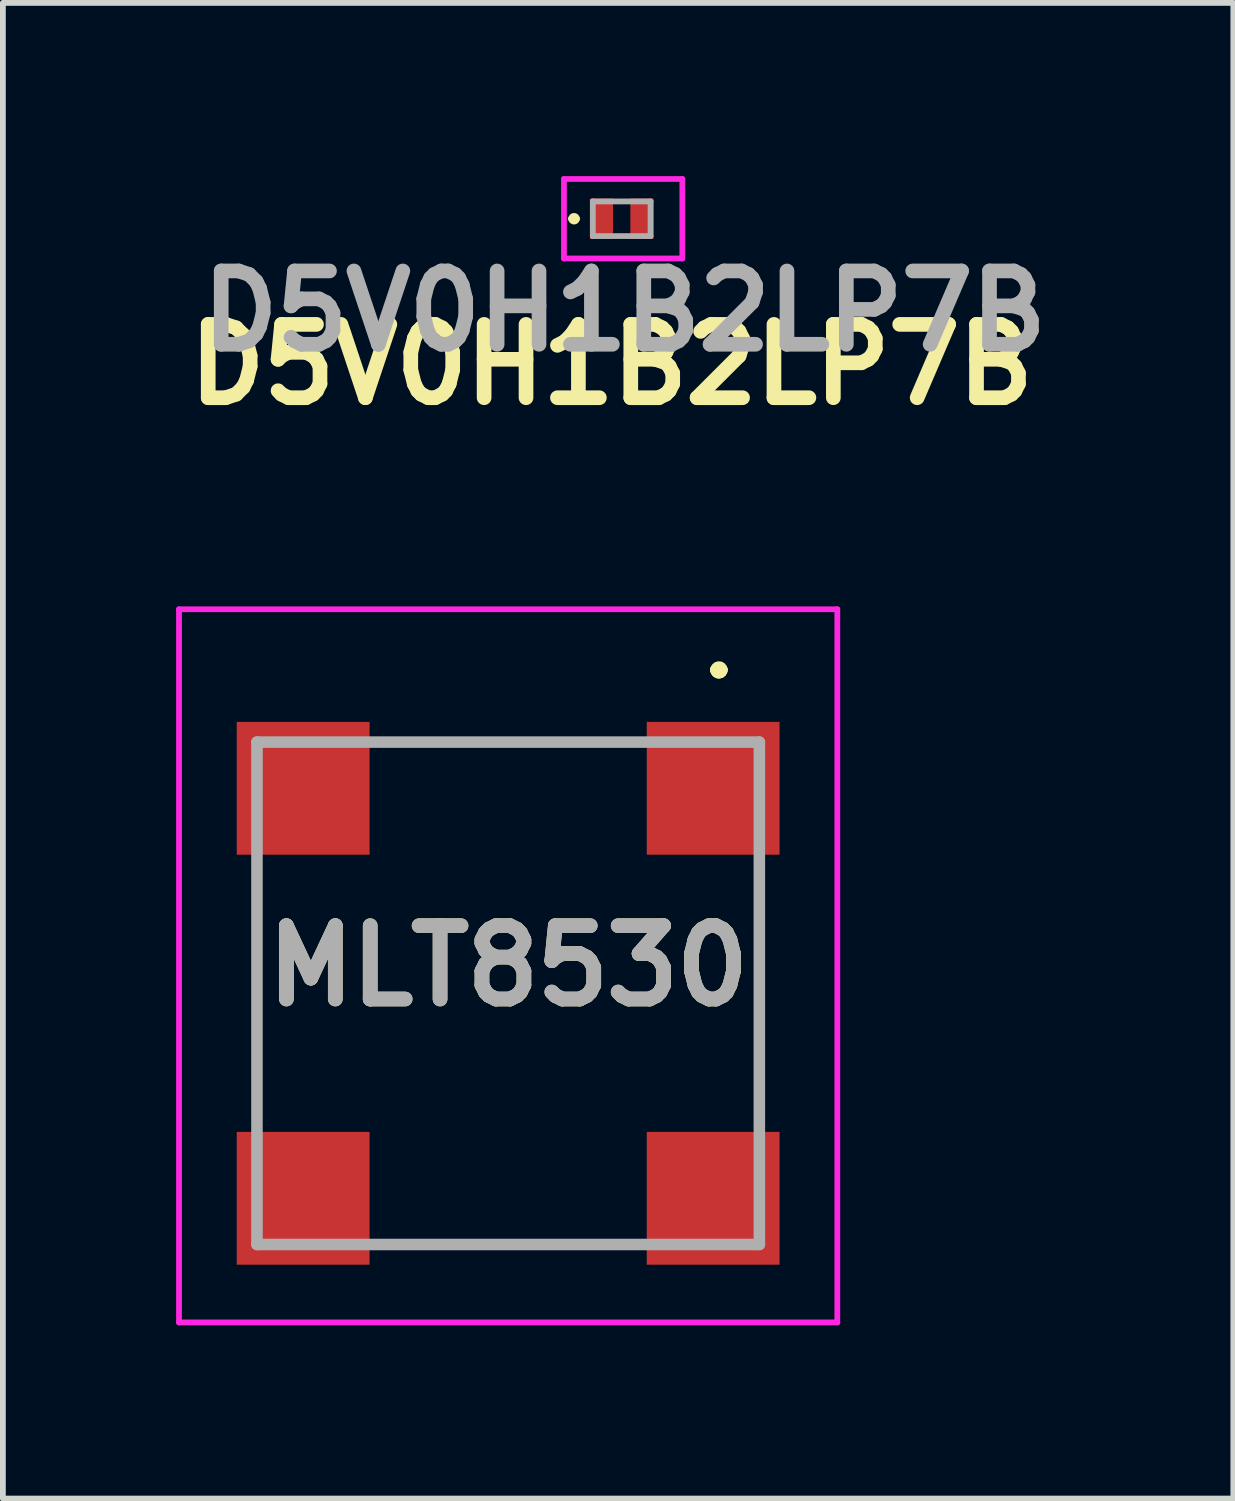
<source format=kicad_pcb>
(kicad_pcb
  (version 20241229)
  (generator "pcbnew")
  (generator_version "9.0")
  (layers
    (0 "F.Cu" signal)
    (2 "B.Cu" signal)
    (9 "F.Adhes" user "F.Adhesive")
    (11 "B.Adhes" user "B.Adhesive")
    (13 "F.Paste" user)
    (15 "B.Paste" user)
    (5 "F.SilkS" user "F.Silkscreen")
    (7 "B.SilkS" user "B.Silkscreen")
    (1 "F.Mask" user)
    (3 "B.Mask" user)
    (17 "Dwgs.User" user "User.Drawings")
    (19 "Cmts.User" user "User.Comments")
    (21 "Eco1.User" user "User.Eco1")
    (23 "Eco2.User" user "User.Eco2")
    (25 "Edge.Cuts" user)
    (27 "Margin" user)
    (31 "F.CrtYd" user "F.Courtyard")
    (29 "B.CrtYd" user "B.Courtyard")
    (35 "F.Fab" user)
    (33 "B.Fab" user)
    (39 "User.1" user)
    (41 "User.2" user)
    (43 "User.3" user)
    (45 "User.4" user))
  (footprint "D5V0H1B2LP7B"
    (layer "F.Cu")
    (at 7.716 0.738)
    (property "Reference" "D5V0H1B2LP7B" (at -0.175 2.525 0) (layer "F.SilkS") (effects (font (size 1.27 1.27) (thickness 0.254))))
    (attr smd)
    (fp_line (start -0.875 0) (end -0.875 0) (stroke (width 0.1) (type solid)) (layer "F.SilkS"))
    (fp_line (start -0.775 0) (end -0.775 0) (stroke (width 0.1) (type solid)) (layer "F.SilkS"))
    (fp_arc (start -0.875 0) (mid -0.825 -0.05) (end -0.775 0) (stroke (width 0.1) (type solid)) (layer "F.SilkS"))
    (fp_arc (start -0.775 0) (mid -0.825 0.05) (end -0.875 0) (stroke (width 0.1) (type solid)) (layer "F.SilkS"))
    (fp_line (start -1 -0.688) (end 1.05 -0.688) (stroke (width 0.1) (type solid)) (layer "F.CrtYd"))
    (fp_line (start -1 0.688) (end -1 -0.688) (stroke (width 0.1) (type solid)) (layer "F.CrtYd"))
    (fp_line (start 1.05 -0.688) (end 1.05 0.688) (stroke (width 0.1) (type solid)) (layer "F.CrtYd"))
    (fp_line (start 1.05 0.688) (end -1 0.688) (stroke (width 0.1) (type solid)) (layer "F.CrtYd"))
    (fp_line (start -0.5 -0.3) (end 0.5 -0.3) (stroke (width 0.1) (type solid)) (layer "F.Fab"))
    (fp_line (start -0.5 0.3) (end -0.5 -0.3) (stroke (width 0.1) (type solid)) (layer "F.Fab"))
    (fp_line (start 0.5 -0.3) (end 0.5 0.3) (stroke (width 0.1) (type solid)) (layer "F.Fab"))
    (fp_line (start 0.5 0.3) (end -0.5 0.3) (stroke (width 0.1) (type solid)) (layer "F.Fab"))
    (fp_text user "${REFERENCE}" (at 0.05 1.6 0) (layer "F.Fab") (effects (font (size 1.27 1.27) (thickness 0.254))))
    (pad "1" smd rect (at -0.35 0) (size 0.4 0.7) (layers "F.Cu" "F.Mask" "F.Paste"))
    (pad "2" smd rect (at 0.35 0) (size 0.4 0.7) (layers "F.Cu" "F.Mask" "F.Paste")))
  (footprint "MLT8530"
    (layer "F.Cu")
    (at 5.75 14.151)
    (property "Reference" "MLT8530" (at 0 -0.475 0) (layer "F.SilkS") (effects (font (size 1.27 1.27) (thickness 0.254))))
    (attr smd)
    (fp_line (start -4.35 -1.75) (end -4.35 -1.75) (stroke (width 0.1) (type solid)) (layer "F.SilkS"))
    (fp_line (start -4.35 -1.75) (end -4.35 1.75) (stroke (width 0.1) (type solid)) (layer "F.SilkS"))
    (fp_line (start -4.35 1.75) (end -4.35 -1.75) (stroke (width 0.1) (type solid)) (layer "F.SilkS"))
    (fp_line (start -4.35 1.75) (end -4.35 1.75) (stroke (width 0.1) (type solid)) (layer "F.SilkS"))
    (fp_line (start -1.75 -4.35) (end -1.75 -4.35) (stroke (width 0.1) (type solid)) (layer "F.SilkS"))
    (fp_line (start -1.75 -4.35) (end 1.75 -4.35) (stroke (width 0.1) (type solid)) (layer "F.SilkS"))
    (fp_line (start -1.75 4.35) (end -1.75 4.35) (stroke (width 0.1) (type solid)) (layer "F.SilkS"))
    (fp_line (start -1.75 4.35) (end 1.75 4.35) (stroke (width 0.1) (type solid)) (layer "F.SilkS"))
    (fp_line (start 1.75 -4.35) (end -1.75 -4.35) (stroke (width 0.1) (type solid)) (layer "F.SilkS"))
    (fp_line (start 1.75 -4.35) (end 1.75 -4.35) (stroke (width 0.1) (type solid)) (layer "F.SilkS"))
    (fp_line (start 1.75 4.35) (end -1.75 4.35) (stroke (width 0.1) (type solid)) (layer "F.SilkS"))
    (fp_line (start 1.75 4.35) (end 1.75 4.35) (stroke (width 0.1) (type solid)) (layer "F.SilkS"))
    (fp_line (start 3.6 -5.6) (end 3.6 -5.6) (stroke (width 0.2) (type solid)) (layer "F.SilkS"))
    (fp_line (start 3.6 -5.6) (end 3.6 -5.6) (stroke (width 0.2) (type solid)) (layer "F.SilkS"))
    (fp_line (start 3.7 -5.6) (end 3.7 -5.6) (stroke (width 0.2) (type solid)) (layer "F.SilkS"))
    (fp_line (start 4.35 -1.75) (end 4.35 -1.75) (stroke (width 0.1) (type solid)) (layer "F.SilkS"))
    (fp_line (start 4.35 -1.75) (end 4.35 1.75) (stroke (width 0.1) (type solid)) (layer "F.SilkS"))
    (fp_line (start 4.35 1.75) (end 4.35 -1.75) (stroke (width 0.1) (type solid)) (layer "F.SilkS"))
    (fp_line (start 4.35 1.75) (end 4.35 1.75) (stroke (width 0.1) (type solid)) (layer "F.SilkS"))
    (fp_arc (start 3.6 -5.6) (mid 3.65 -5.65) (end 3.7 -5.6) (stroke (width 0.2) (type solid)) (layer "F.SilkS"))
    (fp_arc (start 3.7 -5.6) (mid 3.65 -5.55) (end 3.6 -5.6) (stroke (width 0.2) (type solid)) (layer "F.SilkS"))
    (fp_arc (start 3.7 -5.6) (mid 3.65 -5.55) (end 3.6 -5.6) (stroke (width 0.2) (type solid)) (layer "F.SilkS"))
    (fp_line (start -5.7 -6.65) (end 5.7 -6.65) (stroke (width 0.1) (type solid)) (layer "F.CrtYd"))
    (fp_line (start -5.7 5.7) (end -5.7 -6.65) (stroke (width 0.1) (type solid)) (layer "F.CrtYd"))
    (fp_line (start 5.7 -6.65) (end 5.7 5.7) (stroke (width 0.1) (type solid)) (layer "F.CrtYd"))
    (fp_line (start 5.7 5.7) (end -5.7 5.7) (stroke (width 0.1) (type solid)) (layer "F.CrtYd"))
    (fp_line (start -4.35 -4.35) (end -4.35 4.35) (stroke (width 0.2) (type solid)) (layer "F.Fab"))
    (fp_line (start -4.35 4.35) (end 4.35 4.35) (stroke (width 0.2) (type solid)) (layer "F.Fab"))
    (fp_line (start 4.35 -4.35) (end -4.35 -4.35) (stroke (width 0.2) (type solid)) (layer "F.Fab"))
    (fp_line (start 4.35 4.35) (end 4.35 -4.35) (stroke (width 0.2) (type solid)) (layer "F.Fab"))
    (fp_text user "${REFERENCE}" (at 0 -0.475 0) (layer "F.Fab") (effects (font (size 1.27 1.27) (thickness 0.254))))
    (pad "1" smd rect (at 3.55 -3.55 90) (size 2.3 2.3) (layers "F.Cu" "F.Mask" "F.Paste"))
    (pad "2" smd rect (at -3.55 -3.55 90) (size 2.3 2.3) (layers "F.Cu" "F.Mask" "F.Paste"))
    (pad "3" smd rect (at -3.55 3.55 90) (size 2.3 2.3) (layers "F.Cu" "F.Mask" "F.Paste"))
    (pad "4" smd rect (at 3.55 3.55 90) (size 2.3 2.3) (layers "F.Cu" "F.Mask" "F.Paste")))
  (gr_rect
    (start -3 -3)
    (end 18.308 22.901)
    (stroke (width 0.1) (type default))
    (fill no)
    (layer "Edge.Cuts")))
</source>
